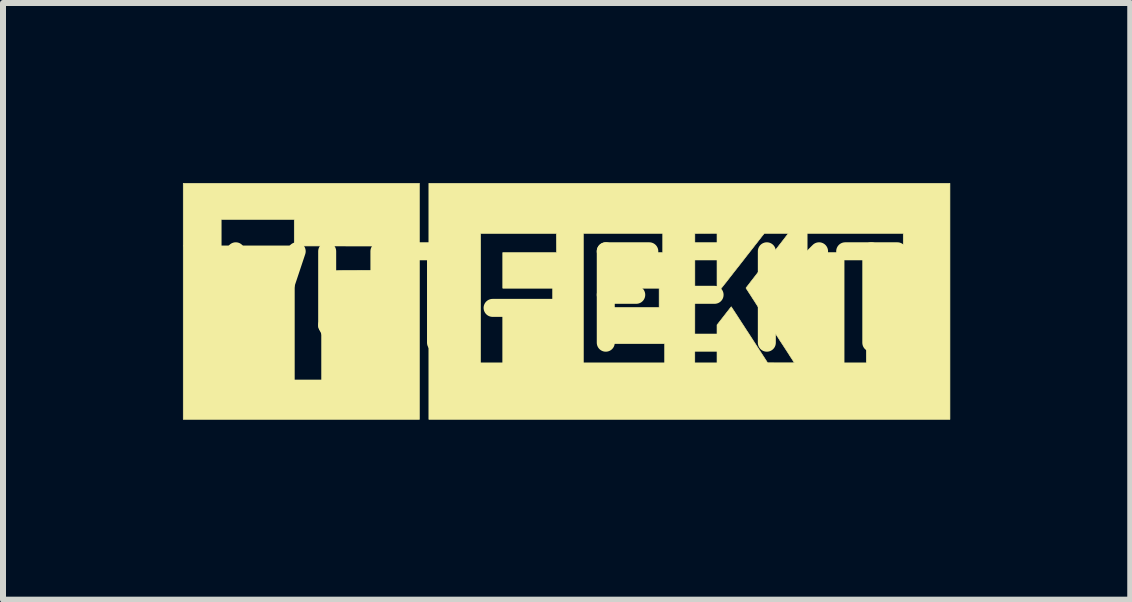
<source format=kicad_pcb>
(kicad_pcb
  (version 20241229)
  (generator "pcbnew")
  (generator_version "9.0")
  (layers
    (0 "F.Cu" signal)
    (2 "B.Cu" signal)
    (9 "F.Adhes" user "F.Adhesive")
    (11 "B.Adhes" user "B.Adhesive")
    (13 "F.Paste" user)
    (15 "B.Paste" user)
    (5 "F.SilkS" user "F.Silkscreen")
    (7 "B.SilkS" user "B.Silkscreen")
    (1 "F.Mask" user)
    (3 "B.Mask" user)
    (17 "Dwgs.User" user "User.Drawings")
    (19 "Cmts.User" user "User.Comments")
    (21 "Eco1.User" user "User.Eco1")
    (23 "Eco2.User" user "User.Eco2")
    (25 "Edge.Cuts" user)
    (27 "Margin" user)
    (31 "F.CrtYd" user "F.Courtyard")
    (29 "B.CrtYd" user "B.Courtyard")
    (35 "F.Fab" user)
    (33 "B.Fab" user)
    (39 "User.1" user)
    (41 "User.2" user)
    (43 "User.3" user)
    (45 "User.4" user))
  (footprint "VUT-FEKT"
    (layer "F.Cu")
    (at 6.396 1.974)
    (property "Reference" "VUT-FEKT" (at 0 0 0) (layer "F.SilkS") (effects (font (size 1.524 1.524) (thickness 0.3))))
    (attr through_hole)
    (fp_poly (pts (xy -2.454 1.968) (xy -6.391 1.968) (xy -6.391 -1.365) (xy -5.759 -1.365) (xy -5.759 -0.924) (xy -4.54 -0.924) (xy -4.54 1.311) (xy -4.083 1.311) (xy -4.083 0.525) (xy -4.083 0.441) (xy -4.083 0.363) (xy -4.083 0.291) (xy -4.083 0.224) (xy -4.083 0.163) (xy -4.083 0.107) (xy -4.083 0.056) (xy -4.083 0.01) (xy -4.083 -0.032) (xy -4.083 -0.069) (xy -4.082 -0.103) (xy -4.082 -0.133) (xy -4.082 -0.159) (xy -4.082 -0.182) (xy -4.082 -0.202) (xy -4.081 -0.22) (xy -4.081 -0.234) (xy -4.081 -0.247) (xy -4.08 -0.257) (xy -4.08 -0.265) (xy -4.08 -0.272) (xy -4.079 -0.277) (xy -4.079 -0.281) (xy -4.078 -0.285) (xy -4.078 -0.285) (xy -4.067 -0.324) (xy -4.05 -0.361) (xy -4.028 -0.395) (xy -4.001 -0.426) (xy -3.97 -0.453) (xy -3.935 -0.476) (xy -3.9 -0.493) (xy -3.892 -0.496) (xy -3.884 -0.499) (xy -3.877 -0.502) (xy -3.87 -0.504) (xy -3.863 -0.507) (xy -3.856 -0.508) (xy -3.847 -0.51) (xy -3.837 -0.511) (xy -3.825 -0.512) (xy -3.811 -0.513) (xy -3.795 -0.514) (xy -3.776 -0.515) (xy -3.753 -0.515) (xy -3.727 -0.516) (xy -3.697 -0.516) (xy -3.662 -0.516) (xy -3.623 -0.516) (xy -3.578 -0.516) (xy -3.528 -0.516) (xy -3.473 -0.517) (xy -3.46 -0.517) (xy -3.096 -0.518) (xy -3.097 -0.922) (xy -3.819 -0.923) (xy -4.54 -0.924) (xy -4.54 -1.365) (xy -5.759 -1.365) (xy -6.391 -1.365) (xy -6.391 -1.968) (xy -2.454 -1.968) (xy -2.454 1.968)) (stroke (width 0.01) (type solid)) (fill yes) (layer "F.SilkS"))
    (fp_poly (pts (xy 6.391 1.968) (xy -2.296 1.968) (xy -2.296 1.026) (xy -1.435 1.026) (xy -1.064 1.026) (xy -1.064 0.102) (xy -0.232 0.102) (xy -0.232 -0.219) (xy -1.064 -0.219) (xy -1.064 -0.813) (xy -0.616 -0.813) (xy -0.168 -0.813) (xy -0.169 -0.972) (xy -0.17 -1.132) (xy -1.434 -1.132) (xy -1.434 -0.053) (xy -1.435 1.026) (xy -2.296 1.026) (xy -2.296 -1.133) (xy 0.279 -1.133) (xy 0.279 1.026) (xy 1.635 1.026) (xy 2.137 1.026) (xy 2.508 1.026) (xy 2.508 0.393) (xy 2.626 0.242) (xy 2.647 0.215) (xy 2.667 0.189) (xy 2.685 0.166) (xy 2.702 0.145) (xy 2.716 0.126) (xy 2.728 0.112) (xy 2.737 0.1) (xy 2.743 0.093) (xy 2.745 0.09) (xy 2.745 0.09) (xy 2.747 0.093) (xy 2.752 0.101) (xy 2.76 0.113) (xy 2.771 0.13) (xy 2.785 0.151) (xy 2.802 0.177) (xy 2.821 0.206) (xy 2.842 0.238) (xy 2.865 0.274) (xy 2.89 0.312) (xy 2.916 0.353) (xy 2.945 0.397) (xy 2.974 0.442) (xy 3.005 0.49) (xy 3.037 0.538) (xy 3.049 0.557) (xy 3.351 1.024) (xy 3.574 1.025) (xy 3.611 1.025) (xy 3.646 1.025) (xy 3.679 1.025) (xy 3.709 1.025) (xy 3.735 1.025) (xy 3.757 1.025) (xy 3.775 1.024) (xy 3.788 1.024) (xy 3.796 1.024) (xy 3.797 1.024) (xy 3.796 1.021) (xy 3.791 1.013) (xy 3.782 1) (xy 3.771 0.983) (xy 3.757 0.961) (xy 3.74 0.935) (xy 3.721 0.906) (xy 3.7 0.872) (xy 3.676 0.835) (xy 3.65 0.795) (xy 3.622 0.752) (xy 3.592 0.706) (xy 3.56 0.658) (xy 3.528 0.607) (xy 3.493 0.554) (xy 3.458 0.5) (xy 3.422 0.443) (xy 3.394 0.401) (xy 3.357 0.344) (xy 3.321 0.288) (xy 3.286 0.234) (xy 3.252 0.182) (xy 3.219 0.132) (xy 3.188 0.084) (xy 3.159 0.039) (xy 3.132 -0.004) (xy 3.106 -0.043) (xy 3.083 -0.079) (xy 3.062 -0.112) (xy 3.043 -0.141) (xy 3.027 -0.166) (xy 3.014 -0.186) (xy 3.003 -0.203) (xy 2.996 -0.214) (xy 2.992 -0.221) (xy 2.991 -0.222) (xy 2.993 -0.225) (xy 2.998 -0.233) (xy 3.008 -0.245) (xy 3.02 -0.261) (xy 3.036 -0.281) (xy 3.054 -0.305) (xy 3.075 -0.333) (xy 3.099 -0.363) (xy 3.125 -0.397) (xy 3.154 -0.434) (xy 3.184 -0.473) (xy 3.216 -0.514) (xy 3.25 -0.557) (xy 3.285 -0.602) (xy 3.321 -0.648) (xy 3.343 -0.677) (xy 3.38 -0.724) (xy 3.416 -0.77) (xy 3.45 -0.814) (xy 3.483 -0.857) (xy 3.515 -0.897) (xy 3.544 -0.935) (xy 3.572 -0.97) (xy 3.597 -1.003) (xy 3.62 -1.032) (xy 3.64 -1.058) (xy 3.657 -1.081) (xy 3.672 -1.1) (xy 3.683 -1.114) (xy 3.691 -1.124) (xy 3.695 -1.13) (xy 3.696 -1.131) (xy 3.693 -1.132) (xy 3.684 -1.132) (xy 3.67 -1.132) (xy 3.651 -1.133) (xy 3.627 -1.133) (xy 3.601 -1.133) (xy 3.571 -1.133) (xy 3.538 -1.133) (xy 3.504 -1.133) (xy 3.496 -1.133) (xy 4.01 -1.133) (xy 4.01 -0.813) (xy 4.626 -0.813) (xy 4.626 1.026) (xy 4.997 1.026) (xy 4.997 -0.813) (xy 5.613 -0.813) (xy 5.613 -1.133) (xy 4.01 -1.133) (xy 3.496 -1.133) (xy 3.296 -1.133) (xy 3.266 -1.096) (xy 3.261 -1.09) (xy 3.252 -1.079) (xy 3.24 -1.063) (xy 3.225 -1.043) (xy 3.206 -1.02) (xy 3.185 -0.992) (xy 3.161 -0.962) (xy 3.134 -0.928) (xy 3.106 -0.891) (xy 3.075 -0.852) (xy 3.043 -0.811) (xy 3.009 -0.768) (xy 2.974 -0.723) (xy 2.938 -0.676) (xy 2.901 -0.629) (xy 2.88 -0.602) (xy 2.835 -0.545) (xy 2.794 -0.493) (xy 2.757 -0.445) (xy 2.723 -0.402) (xy 2.692 -0.362) (xy 2.665 -0.327) (xy 2.64 -0.296) (xy 2.618 -0.268) (xy 2.599 -0.244) (xy 2.582 -0.223) (xy 2.568 -0.205) (xy 2.555 -0.19) (xy 2.545 -0.177) (xy 2.536 -0.167) (xy 2.53 -0.159) (xy 2.524 -0.153) (xy 2.52 -0.149) (xy 2.518 -0.147) (xy 2.516 -0.146) (xy 2.516 -0.146) (xy 2.508 -0.146) (xy 2.508 -1.134) (xy 2.323 -1.133) (xy 2.138 -1.132) (xy 2.138 -0.053) (xy 2.137 1.026) (xy 1.635 1.026) (xy 1.635 0.705) (xy 0.648 0.705) (xy 0.648 0.102) (xy 1.543 0.102) (xy 1.543 -0.219) (xy 0.648 -0.219) (xy 0.648 -0.813) (xy 1.603 -0.813) (xy 1.603 -1.133) (xy 0.279 -1.133) (xy -2.296 -1.133) (xy -2.296 -1.968) (xy 6.391 -1.968) (xy 6.391 1.968)) (stroke (width 0.01) (type solid)) (fill yes) (layer "F.SilkS")))
  (gr_rect
    (start -3 -3)
    (end 15.793 6.947)
    (stroke (width 0.1) (type default))
    (fill no)
    (layer "Edge.Cuts")))
</source>
